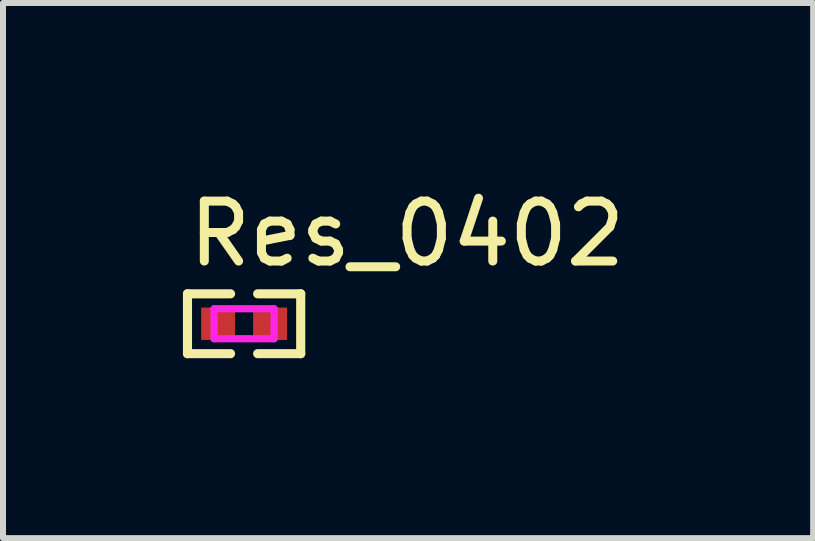
<source format=kicad_pcb>
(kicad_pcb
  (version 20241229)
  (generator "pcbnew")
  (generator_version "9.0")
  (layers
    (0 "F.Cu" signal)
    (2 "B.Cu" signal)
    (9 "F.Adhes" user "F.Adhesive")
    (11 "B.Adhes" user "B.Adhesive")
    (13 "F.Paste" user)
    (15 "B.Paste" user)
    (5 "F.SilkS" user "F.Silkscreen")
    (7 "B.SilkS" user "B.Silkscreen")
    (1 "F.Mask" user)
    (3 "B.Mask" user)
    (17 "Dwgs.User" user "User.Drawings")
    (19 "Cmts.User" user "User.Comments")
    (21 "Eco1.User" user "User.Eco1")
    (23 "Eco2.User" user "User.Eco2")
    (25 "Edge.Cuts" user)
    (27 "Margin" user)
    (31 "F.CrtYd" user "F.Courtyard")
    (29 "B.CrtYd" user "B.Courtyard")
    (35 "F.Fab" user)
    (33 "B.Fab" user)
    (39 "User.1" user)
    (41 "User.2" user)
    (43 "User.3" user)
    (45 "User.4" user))
  (footprint "Res_0402"
    (layer "F.Cu")
    (at 1.02 2.348)
    (property "Reference" "Res_0402" (at -1 -1.5 0) (layer "F.SilkS") (effects (font (size 1 1) (thickness 0.15)) (justify left)))
    (attr through_hole)
    (fp_line (start -0.944 -0.499) (end -0.226 -0.499) (stroke (width 0.152) (type solid)) (layer "F.SilkS"))
    (fp_line (start -0.944 0.499) (end -0.944 -0.499) (stroke (width 0.152) (type solid)) (layer "F.SilkS"))
    (fp_line (start -0.226 0.499) (end -0.944 0.499) (stroke (width 0.152) (type solid)) (layer "F.SilkS"))
    (fp_line (start 0.226 0.499) (end 0.944 0.499) (stroke (width 0.152) (type solid)) (layer "F.SilkS"))
    (fp_line (start 0.944 -0.499) (end 0.226 -0.499) (stroke (width 0.152) (type solid)) (layer "F.SilkS"))
    (fp_line (start 0.944 0.499) (end 0.944 -0.499) (stroke (width 0.152) (type solid)) (layer "F.SilkS"))
    (fp_poly (pts (xy -0.135 0.23) (xy -0.135 -0.23) (xy -0.175 -0.27) (xy -0.676 -0.27) (xy -0.716 -0.23) (xy -0.716 0.23) (xy -0.676 0.27) (xy -0.175 0.27)) (stroke (width 0.12) (type solid)) (fill yes) (layer "F.Paste"))
    (fp_poly (pts (xy 0.135 0.23) (xy 0.135 -0.23) (xy 0.175 -0.27) (xy 0.676 -0.27) (xy 0.716 -0.23) (xy 0.716 0.23) (xy 0.676 0.27) (xy 0.175 0.27)) (stroke (width 0.12) (type solid)) (fill yes) (layer "F.Paste"))
    (fp_circle (center -0.5 0.25) (end -0.47 0.25) (stroke (width 0.06) (type solid)) (fill no) (layer "Eco2.User"))
    (fp_poly (pts (xy -0.249 -0.25) (xy -0.249 0.25) (xy -0.499 0.25) (xy -0.499 -0.25)) (stroke (width 0.12) (type solid)) (fill no) (layer "Eco2.User"))
    (fp_poly (pts (xy 0.251 0.25) (xy 0.251 -0.25) (xy 0.501 -0.25) (xy 0.501 0.25)) (stroke (width 0.12) (type solid)) (fill no) (layer "Eco2.User"))
    (fp_line (start -0.5 -0.25) (end 0.5 -0.25) (stroke (width 0.12) (type solid)) (layer "F.CrtYd"))
    (fp_line (start -0.5 0.25) (end -0.5 -0.25) (stroke (width 0.12) (type solid)) (layer "F.CrtYd"))
    (fp_line (start 0.5 -0.25) (end 0.5 0.25) (stroke (width 0.12) (type solid)) (layer "F.CrtYd"))
    (fp_line (start 0.5 0.25) (end -0.5 0.25) (stroke (width 0.12) (type solid)) (layer "F.CrtYd"))
    (pad "1" smd rect (at -0.433 0) (size 0.566 0.54) (layers "F.Cu" "F.Mask" "F.Paste"))
    (pad "2" smd rect (at 0.433 0) (size 0.566 0.54) (layers "F.Cu" "F.Mask" "F.Paste")))
  (gr_rect
    (start -3 -3)
    (end 10.508 5.923)
    (stroke (width 0.1) (type default))
    (fill no)
    (layer "Edge.Cuts")))
</source>
